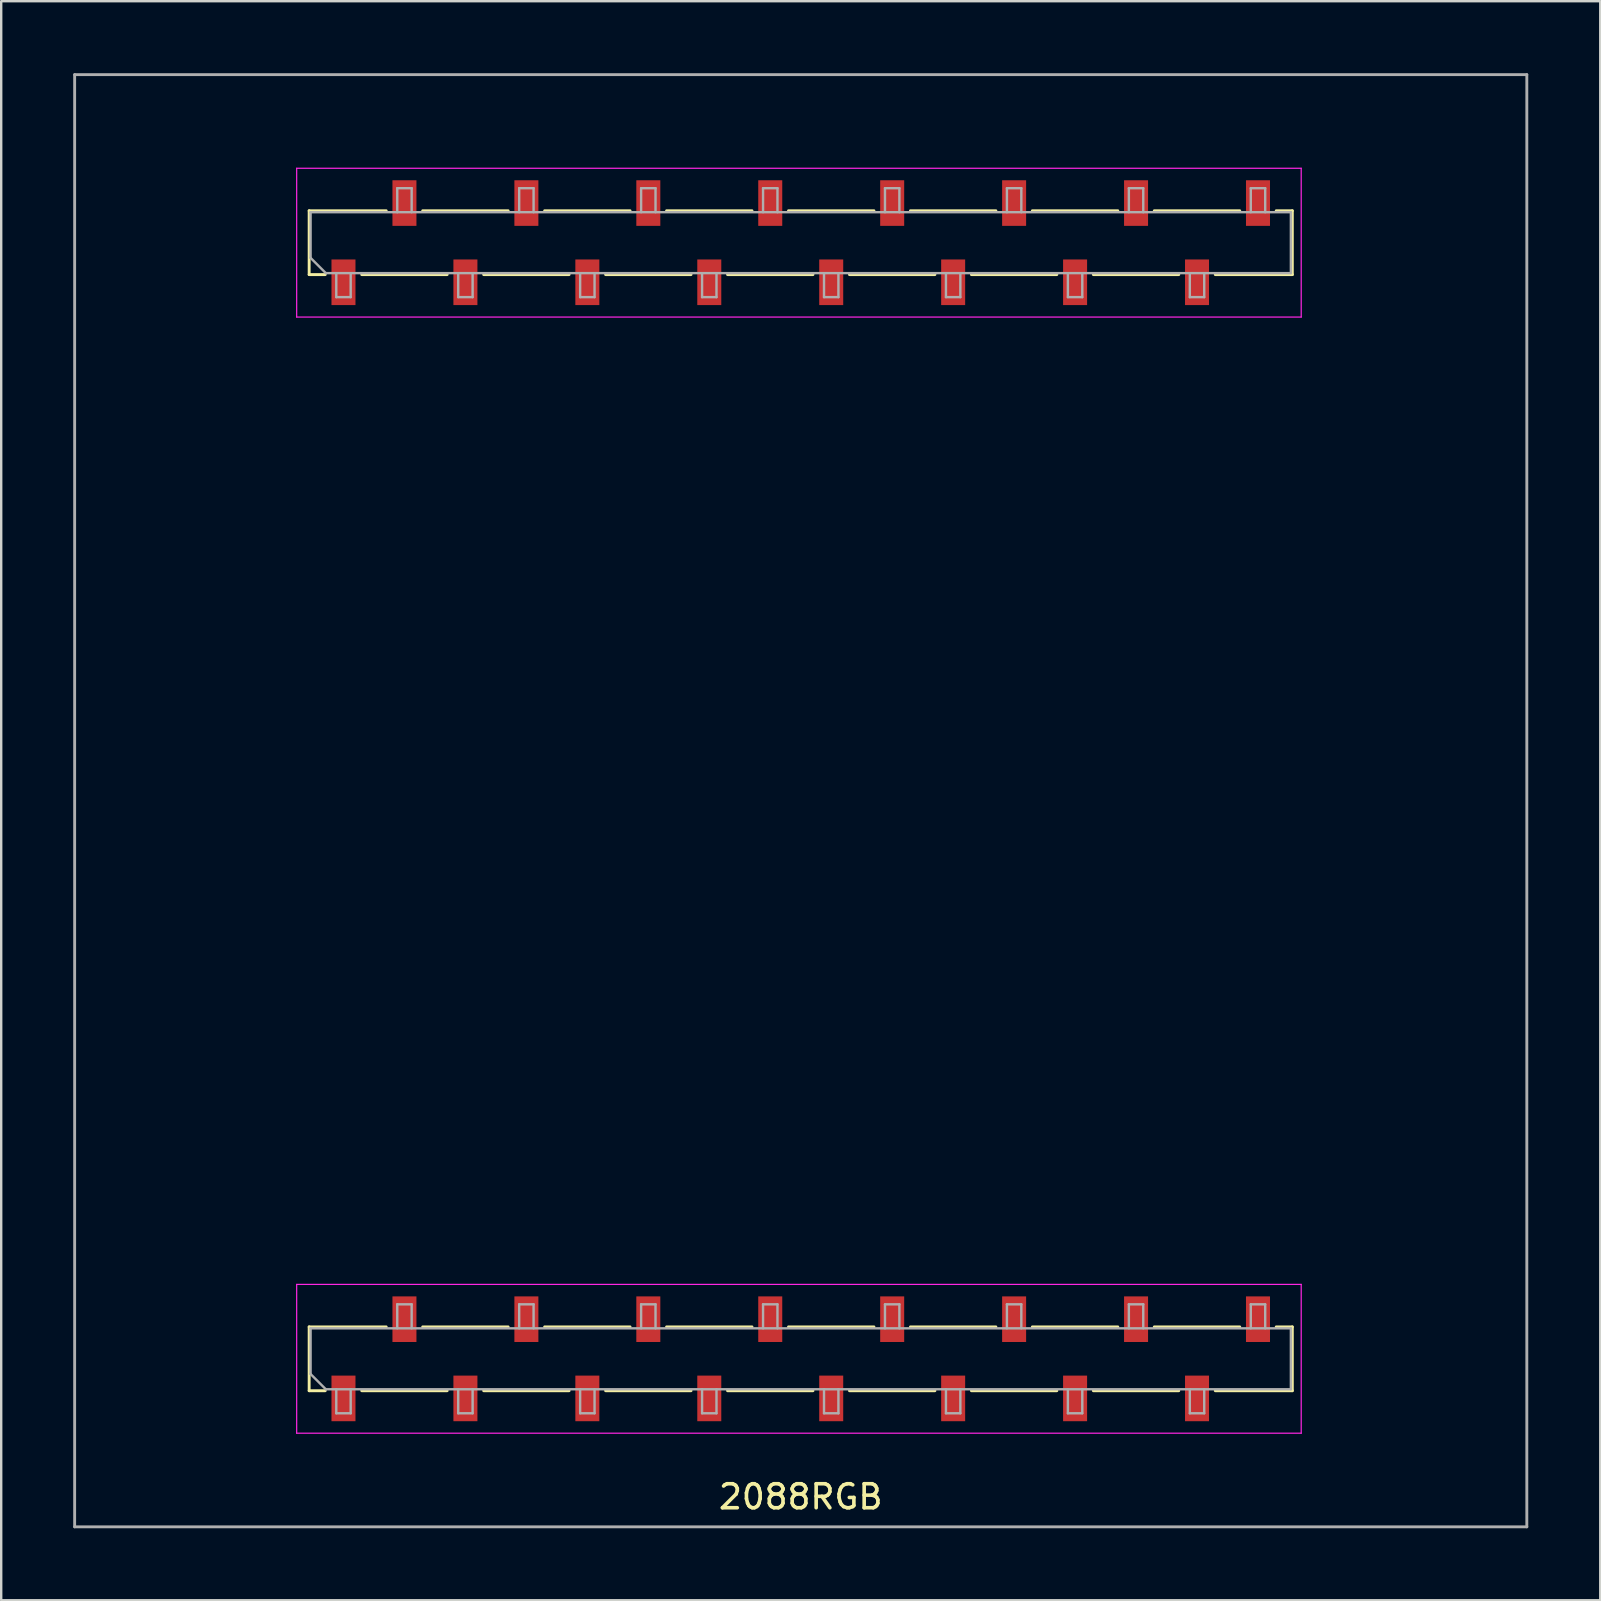
<source format=kicad_pcb>
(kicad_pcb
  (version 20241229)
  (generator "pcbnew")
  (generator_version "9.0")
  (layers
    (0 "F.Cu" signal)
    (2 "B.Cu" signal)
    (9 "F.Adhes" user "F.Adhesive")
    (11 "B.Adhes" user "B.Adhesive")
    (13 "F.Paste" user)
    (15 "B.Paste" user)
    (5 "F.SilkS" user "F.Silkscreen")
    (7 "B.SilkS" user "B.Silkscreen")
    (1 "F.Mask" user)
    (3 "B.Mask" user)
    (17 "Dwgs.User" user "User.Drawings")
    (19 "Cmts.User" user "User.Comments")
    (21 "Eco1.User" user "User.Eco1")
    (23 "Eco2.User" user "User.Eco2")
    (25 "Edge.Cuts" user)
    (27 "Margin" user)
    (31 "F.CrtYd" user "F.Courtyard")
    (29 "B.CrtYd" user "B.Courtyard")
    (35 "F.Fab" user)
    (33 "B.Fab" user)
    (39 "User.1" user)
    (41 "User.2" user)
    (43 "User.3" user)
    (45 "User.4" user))
  (footprint "2088RGB"
    (layer "F.Cu")
    (at 30.31 30.31)
    (property "Reference" "2088RGB" (at 0 29 0) (layer "F.SilkS") (effects (font (size 1 1) (thickness 0.15))))
    (attr through_hole)
    (fp_line (start -20.48 -24.58) (end -17.27 -24.58) (stroke (width 0.12) (type solid)) (layer "F.SilkS"))
    (fp_line (start -20.48 -21.92) (end -20.48 -24.58) (stroke (width 0.12) (type solid)) (layer "F.SilkS"))
    (fp_line (start -20.48 -21.92) (end -19.81 -21.92) (stroke (width 0.12) (type solid)) (layer "F.SilkS"))
    (fp_line (start -20.48 21.92) (end -17.27 21.92) (stroke (width 0.12) (type solid)) (layer "F.SilkS"))
    (fp_line (start -20.48 24.58) (end -20.48 21.92) (stroke (width 0.12) (type solid)) (layer "F.SilkS"))
    (fp_line (start -20.48 24.58) (end -19.81 24.58) (stroke (width 0.12) (type solid)) (layer "F.SilkS"))
    (fp_line (start -18.29 -21.92) (end -14.73 -21.92) (stroke (width 0.12) (type solid)) (layer "F.SilkS"))
    (fp_line (start -18.29 24.58) (end -14.73 24.58) (stroke (width 0.12) (type solid)) (layer "F.SilkS"))
    (fp_line (start -15.75 -24.58) (end -12.19 -24.58) (stroke (width 0.12) (type solid)) (layer "F.SilkS"))
    (fp_line (start -15.75 21.92) (end -12.19 21.92) (stroke (width 0.12) (type solid)) (layer "F.SilkS"))
    (fp_line (start -13.21 -21.92) (end -9.65 -21.92) (stroke (width 0.12) (type solid)) (layer "F.SilkS"))
    (fp_line (start -13.21 24.58) (end -9.65 24.58) (stroke (width 0.12) (type solid)) (layer "F.SilkS"))
    (fp_line (start -10.67 -24.58) (end -7.11 -24.58) (stroke (width 0.12) (type solid)) (layer "F.SilkS"))
    (fp_line (start -10.67 21.92) (end -7.11 21.92) (stroke (width 0.12) (type solid)) (layer "F.SilkS"))
    (fp_line (start -8.13 -21.92) (end -4.57 -21.92) (stroke (width 0.12) (type solid)) (layer "F.SilkS"))
    (fp_line (start -8.13 24.58) (end -4.57 24.58) (stroke (width 0.12) (type solid)) (layer "F.SilkS"))
    (fp_line (start -5.59 -24.58) (end -2.03 -24.58) (stroke (width 0.12) (type solid)) (layer "F.SilkS"))
    (fp_line (start -5.59 21.92) (end -2.03 21.92) (stroke (width 0.12) (type solid)) (layer "F.SilkS"))
    (fp_line (start -3.05 -21.92) (end 0.51 -21.92) (stroke (width 0.12) (type solid)) (layer "F.SilkS"))
    (fp_line (start -3.05 24.58) (end 0.51 24.58) (stroke (width 0.12) (type solid)) (layer "F.SilkS"))
    (fp_line (start -0.51 -24.58) (end 3.05 -24.58) (stroke (width 0.12) (type solid)) (layer "F.SilkS"))
    (fp_line (start -0.51 21.92) (end 3.05 21.92) (stroke (width 0.12) (type solid)) (layer "F.SilkS"))
    (fp_line (start 2.03 -21.92) (end 5.59 -21.92) (stroke (width 0.12) (type solid)) (layer "F.SilkS"))
    (fp_line (start 2.03 24.58) (end 5.59 24.58) (stroke (width 0.12) (type solid)) (layer "F.SilkS"))
    (fp_line (start 4.57 -24.58) (end 8.13 -24.58) (stroke (width 0.12) (type solid)) (layer "F.SilkS"))
    (fp_line (start 4.57 21.92) (end 8.13 21.92) (stroke (width 0.12) (type solid)) (layer "F.SilkS"))
    (fp_line (start 7.11 -21.92) (end 10.67 -21.92) (stroke (width 0.12) (type solid)) (layer "F.SilkS"))
    (fp_line (start 7.11 24.58) (end 10.67 24.58) (stroke (width 0.12) (type solid)) (layer "F.SilkS"))
    (fp_line (start 9.65 -24.58) (end 13.21 -24.58) (stroke (width 0.12) (type solid)) (layer "F.SilkS"))
    (fp_line (start 9.65 21.92) (end 13.21 21.92) (stroke (width 0.12) (type solid)) (layer "F.SilkS"))
    (fp_line (start 12.19 -21.92) (end 15.75 -21.92) (stroke (width 0.12) (type solid)) (layer "F.SilkS"))
    (fp_line (start 12.19 24.58) (end 15.75 24.58) (stroke (width 0.12) (type solid)) (layer "F.SilkS"))
    (fp_line (start 14.73 -24.58) (end 18.29 -24.58) (stroke (width 0.12) (type solid)) (layer "F.SilkS"))
    (fp_line (start 14.73 21.92) (end 18.29 21.92) (stroke (width 0.12) (type solid)) (layer "F.SilkS"))
    (fp_line (start 17.27 -21.92) (end 20.48 -21.92) (stroke (width 0.12) (type solid)) (layer "F.SilkS"))
    (fp_line (start 17.27 24.58) (end 20.48 24.58) (stroke (width 0.12) (type solid)) (layer "F.SilkS"))
    (fp_line (start 19.81 -24.58) (end 20.48 -24.58) (stroke (width 0.12) (type solid)) (layer "F.SilkS"))
    (fp_line (start 19.81 21.92) (end 20.48 21.92) (stroke (width 0.12) (type solid)) (layer "F.SilkS"))
    (fp_line (start 20.48 -21.92) (end 20.48 -24.58) (stroke (width 0.12) (type solid)) (layer "F.SilkS"))
    (fp_line (start 20.48 24.58) (end 20.48 21.92) (stroke (width 0.12) (type solid)) (layer "F.SilkS"))
    (fp_line (start 0 23.2) (end 0 -23.2) (stroke (width 0.12) (type solid)) (layer "Eco1.User"))
    (fp_line (start -21 -26.35) (end 20.85 -26.35) (stroke (width 0.05) (type solid)) (layer "F.CrtYd"))
    (fp_line (start -21 -20.15) (end -21 -26.35) (stroke (width 0.05) (type solid)) (layer "F.CrtYd"))
    (fp_line (start -21 20.15) (end 20.85 20.15) (stroke (width 0.05) (type solid)) (layer "F.CrtYd"))
    (fp_line (start -21 26.35) (end -21 20.15) (stroke (width 0.05) (type solid)) (layer "F.CrtYd"))
    (fp_line (start 20.85 -26.35) (end 20.85 -20.15) (stroke (width 0.05) (type solid)) (layer "F.CrtYd"))
    (fp_line (start 20.85 -20.15) (end -21 -20.15) (stroke (width 0.05) (type solid)) (layer "F.CrtYd"))
    (fp_line (start 20.85 20.15) (end 20.85 26.35) (stroke (width 0.05) (type solid)) (layer "F.CrtYd"))
    (fp_line (start 20.85 26.35) (end -21 26.35) (stroke (width 0.05) (type solid)) (layer "F.CrtYd"))
    (fp_line (start -30.25 -30.25) (end 30.25 -30.25) (stroke (width 0.12) (type solid)) (layer "F.Fab"))
    (fp_line (start -30.25 30.25) (end -30.25 -30.25) (stroke (width 0.12) (type solid)) (layer "F.Fab"))
    (fp_line (start -30.25 30.25) (end 30.25 30.25) (stroke (width 0.12) (type solid)) (layer "F.Fab"))
    (fp_line (start -20.42 -24.52) (end 20.42 -24.52) (stroke (width 0.1) (type solid)) (layer "F.Fab"))
    (fp_line (start -20.42 -22.615) (end -20.42 -24.52) (stroke (width 0.1) (type solid)) (layer "F.Fab"))
    (fp_line (start -20.42 21.98) (end 20.42 21.98) (stroke (width 0.1) (type solid)) (layer "F.Fab"))
    (fp_line (start -20.42 23.885) (end -20.42 21.98) (stroke (width 0.1) (type solid)) (layer "F.Fab"))
    (fp_line (start -19.785 -21.98) (end -20.42 -22.615) (stroke (width 0.1) (type solid)) (layer "F.Fab"))
    (fp_line (start -19.785 24.52) (end -20.42 23.885) (stroke (width 0.1) (type solid)) (layer "F.Fab"))
    (fp_line (start -19.35 -20.98) (end -19.35 -21.98) (stroke (width 0.1) (type solid)) (layer "F.Fab"))
    (fp_line (start -19.35 25.52) (end -19.35 24.52) (stroke (width 0.1) (type solid)) (layer "F.Fab"))
    (fp_line (start -18.75 -21.98) (end -18.75 -20.98) (stroke (width 0.1) (type solid)) (layer "F.Fab"))
    (fp_line (start -18.75 -20.98) (end -19.35 -20.98) (stroke (width 0.1) (type solid)) (layer "F.Fab"))
    (fp_line (start -18.75 24.52) (end -18.75 25.52) (stroke (width 0.1) (type solid)) (layer "F.Fab"))
    (fp_line (start -18.75 25.52) (end -19.35 25.52) (stroke (width 0.1) (type solid)) (layer "F.Fab"))
    (fp_line (start -16.81 -25.52) (end -16.21 -25.52) (stroke (width 0.1) (type solid)) (layer "F.Fab"))
    (fp_line (start -16.81 -24.52) (end -16.81 -25.52) (stroke (width 0.1) (type solid)) (layer "F.Fab"))
    (fp_line (start -16.81 20.98) (end -16.21 20.98) (stroke (width 0.1) (type solid)) (layer "F.Fab"))
    (fp_line (start -16.81 21.98) (end -16.81 20.98) (stroke (width 0.1) (type solid)) (layer "F.Fab"))
    (fp_line (start -16.21 -25.52) (end -16.21 -24.52) (stroke (width 0.1) (type solid)) (layer "F.Fab"))
    (fp_line (start -16.21 20.98) (end -16.21 21.98) (stroke (width 0.1) (type solid)) (layer "F.Fab"))
    (fp_line (start -14.27 -20.98) (end -14.27 -21.98) (stroke (width 0.1) (type solid)) (layer "F.Fab"))
    (fp_line (start -14.27 25.52) (end -14.27 24.52) (stroke (width 0.1) (type solid)) (layer "F.Fab"))
    (fp_line (start -13.67 -21.98) (end -13.67 -20.98) (stroke (width 0.1) (type solid)) (layer "F.Fab"))
    (fp_line (start -13.67 -20.98) (end -14.27 -20.98) (stroke (width 0.1) (type solid)) (layer "F.Fab"))
    (fp_line (start -13.67 24.52) (end -13.67 25.52) (stroke (width 0.1) (type solid)) (layer "F.Fab"))
    (fp_line (start -13.67 25.52) (end -14.27 25.52) (stroke (width 0.1) (type solid)) (layer "F.Fab"))
    (fp_line (start -11.73 -25.52) (end -11.13 -25.52) (stroke (width 0.1) (type solid)) (layer "F.Fab"))
    (fp_line (start -11.73 -24.52) (end -11.73 -25.52) (stroke (width 0.1) (type solid)) (layer "F.Fab"))
    (fp_line (start -11.73 20.98) (end -11.13 20.98) (stroke (width 0.1) (type solid)) (layer "F.Fab"))
    (fp_line (start -11.73 21.98) (end -11.73 20.98) (stroke (width 0.1) (type solid)) (layer "F.Fab"))
    (fp_line (start -11.13 -25.52) (end -11.13 -24.52) (stroke (width 0.1) (type solid)) (layer "F.Fab"))
    (fp_line (start -11.13 20.98) (end -11.13 21.98) (stroke (width 0.1) (type solid)) (layer "F.Fab"))
    (fp_line (start -9.19 -20.98) (end -9.19 -21.98) (stroke (width 0.1) (type solid)) (layer "F.Fab"))
    (fp_line (start -9.19 25.52) (end -9.19 24.52) (stroke (width 0.1) (type solid)) (layer "F.Fab"))
    (fp_line (start -8.59 -21.98) (end -8.59 -20.98) (stroke (width 0.1) (type solid)) (layer "F.Fab"))
    (fp_line (start -8.59 -20.98) (end -9.19 -20.98) (stroke (width 0.1) (type solid)) (layer "F.Fab"))
    (fp_line (start -8.59 24.52) (end -8.59 25.52) (stroke (width 0.1) (type solid)) (layer "F.Fab"))
    (fp_line (start -8.59 25.52) (end -9.19 25.52) (stroke (width 0.1) (type solid)) (layer "F.Fab"))
    (fp_line (start -6.65 -25.52) (end -6.05 -25.52) (stroke (width 0.1) (type solid)) (layer "F.Fab"))
    (fp_line (start -6.65 -24.52) (end -6.65 -25.52) (stroke (width 0.1) (type solid)) (layer "F.Fab"))
    (fp_line (start -6.65 20.98) (end -6.05 20.98) (stroke (width 0.1) (type solid)) (layer "F.Fab"))
    (fp_line (start -6.65 21.98) (end -6.65 20.98) (stroke (width 0.1) (type solid)) (layer "F.Fab"))
    (fp_line (start -6.05 -25.52) (end -6.05 -24.52) (stroke (width 0.1) (type solid)) (layer "F.Fab"))
    (fp_line (start -6.05 20.98) (end -6.05 21.98) (stroke (width 0.1) (type solid)) (layer "F.Fab"))
    (fp_line (start -4.11 -20.98) (end -4.11 -21.98) (stroke (width 0.1) (type solid)) (layer "F.Fab"))
    (fp_line (start -4.11 25.52) (end -4.11 24.52) (stroke (width 0.1) (type solid)) (layer "F.Fab"))
    (fp_line (start -3.51 -21.98) (end -3.51 -20.98) (stroke (width 0.1) (type solid)) (layer "F.Fab"))
    (fp_line (start -3.51 -20.98) (end -4.11 -20.98) (stroke (width 0.1) (type solid)) (layer "F.Fab"))
    (fp_line (start -3.51 24.52) (end -3.51 25.52) (stroke (width 0.1) (type solid)) (layer "F.Fab"))
    (fp_line (start -3.51 25.52) (end -4.11 25.52) (stroke (width 0.1) (type solid)) (layer "F.Fab"))
    (fp_line (start -1.57 -25.52) (end -0.97 -25.52) (stroke (width 0.1) (type solid)) (layer "F.Fab"))
    (fp_line (start -1.57 -24.52) (end -1.57 -25.52) (stroke (width 0.1) (type solid)) (layer "F.Fab"))
    (fp_line (start -1.57 20.98) (end -0.97 20.98) (stroke (width 0.1) (type solid)) (layer "F.Fab"))
    (fp_line (start -1.57 21.98) (end -1.57 20.98) (stroke (width 0.1) (type solid)) (layer "F.Fab"))
    (fp_line (start -0.97 -25.52) (end -0.97 -24.52) (stroke (width 0.1) (type solid)) (layer "F.Fab"))
    (fp_line (start -0.97 20.98) (end -0.97 21.98) (stroke (width 0.1) (type solid)) (layer "F.Fab"))
    (fp_line (start 0.97 -20.98) (end 0.97 -21.98) (stroke (width 0.1) (type solid)) (layer "F.Fab"))
    (fp_line (start 0.97 25.52) (end 0.97 24.52) (stroke (width 0.1) (type solid)) (layer "F.Fab"))
    (fp_line (start 1.57 -21.98) (end 1.57 -20.98) (stroke (width 0.1) (type solid)) (layer "F.Fab"))
    (fp_line (start 1.57 -20.98) (end 0.97 -20.98) (stroke (width 0.1) (type solid)) (layer "F.Fab"))
    (fp_line (start 1.57 24.52) (end 1.57 25.52) (stroke (width 0.1) (type solid)) (layer "F.Fab"))
    (fp_line (start 1.57 25.52) (end 0.97 25.52) (stroke (width 0.1) (type solid)) (layer "F.Fab"))
    (fp_line (start 3.51 -25.52) (end 4.11 -25.52) (stroke (width 0.1) (type solid)) (layer "F.Fab"))
    (fp_line (start 3.51 -24.52) (end 3.51 -25.52) (stroke (width 0.1) (type solid)) (layer "F.Fab"))
    (fp_line (start 3.51 20.98) (end 4.11 20.98) (stroke (width 0.1) (type solid)) (layer "F.Fab"))
    (fp_line (start 3.51 21.98) (end 3.51 20.98) (stroke (width 0.1) (type solid)) (layer "F.Fab"))
    (fp_line (start 4.11 -25.52) (end 4.11 -24.52) (stroke (width 0.1) (type solid)) (layer "F.Fab"))
    (fp_line (start 4.11 20.98) (end 4.11 21.98) (stroke (width 0.1) (type solid)) (layer "F.Fab"))
    (fp_line (start 6.05 -20.98) (end 6.05 -21.98) (stroke (width 0.1) (type solid)) (layer "F.Fab"))
    (fp_line (start 6.05 25.52) (end 6.05 24.52) (stroke (width 0.1) (type solid)) (layer "F.Fab"))
    (fp_line (start 6.65 -21.98) (end 6.65 -20.98) (stroke (width 0.1) (type solid)) (layer "F.Fab"))
    (fp_line (start 6.65 -20.98) (end 6.05 -20.98) (stroke (width 0.1) (type solid)) (layer "F.Fab"))
    (fp_line (start 6.65 24.52) (end 6.65 25.52) (stroke (width 0.1) (type solid)) (layer "F.Fab"))
    (fp_line (start 6.65 25.52) (end 6.05 25.52) (stroke (width 0.1) (type solid)) (layer "F.Fab"))
    (fp_line (start 8.59 -25.52) (end 9.19 -25.52) (stroke (width 0.1) (type solid)) (layer "F.Fab"))
    (fp_line (start 8.59 -24.52) (end 8.59 -25.52) (stroke (width 0.1) (type solid)) (layer "F.Fab"))
    (fp_line (start 8.59 20.98) (end 9.19 20.98) (stroke (width 0.1) (type solid)) (layer "F.Fab"))
    (fp_line (start 8.59 21.98) (end 8.59 20.98) (stroke (width 0.1) (type solid)) (layer "F.Fab"))
    (fp_line (start 9.19 -25.52) (end 9.19 -24.52) (stroke (width 0.1) (type solid)) (layer "F.Fab"))
    (fp_line (start 9.19 20.98) (end 9.19 21.98) (stroke (width 0.1) (type solid)) (layer "F.Fab"))
    (fp_line (start 11.13 -20.98) (end 11.13 -21.98) (stroke (width 0.1) (type solid)) (layer "F.Fab"))
    (fp_line (start 11.13 25.52) (end 11.13 24.52) (stroke (width 0.1) (type solid)) (layer "F.Fab"))
    (fp_line (start 11.73 -21.98) (end 11.73 -20.98) (stroke (width 0.1) (type solid)) (layer "F.Fab"))
    (fp_line (start 11.73 -20.98) (end 11.13 -20.98) (stroke (width 0.1) (type solid)) (layer "F.Fab"))
    (fp_line (start 11.73 24.52) (end 11.73 25.52) (stroke (width 0.1) (type solid)) (layer "F.Fab"))
    (fp_line (start 11.73 25.52) (end 11.13 25.52) (stroke (width 0.1) (type solid)) (layer "F.Fab"))
    (fp_line (start 13.67 -25.52) (end 14.27 -25.52) (stroke (width 0.1) (type solid)) (layer "F.Fab"))
    (fp_line (start 13.67 -24.52) (end 13.67 -25.52) (stroke (width 0.1) (type solid)) (layer "F.Fab"))
    (fp_line (start 13.67 20.98) (end 14.27 20.98) (stroke (width 0.1) (type solid)) (layer "F.Fab"))
    (fp_line (start 13.67 21.98) (end 13.67 20.98) (stroke (width 0.1) (type solid)) (layer "F.Fab"))
    (fp_line (start 14.27 -25.52) (end 14.27 -24.52) (stroke (width 0.1) (type solid)) (layer "F.Fab"))
    (fp_line (start 14.27 20.98) (end 14.27 21.98) (stroke (width 0.1) (type solid)) (layer "F.Fab"))
    (fp_line (start 16.21 -20.98) (end 16.21 -21.98) (stroke (width 0.1) (type solid)) (layer "F.Fab"))
    (fp_line (start 16.21 25.52) (end 16.21 24.52) (stroke (width 0.1) (type solid)) (layer "F.Fab"))
    (fp_line (start 16.81 -21.98) (end 16.81 -20.98) (stroke (width 0.1) (type solid)) (layer "F.Fab"))
    (fp_line (start 16.81 -20.98) (end 16.21 -20.98) (stroke (width 0.1) (type solid)) (layer "F.Fab"))
    (fp_line (start 16.81 24.52) (end 16.81 25.52) (stroke (width 0.1) (type solid)) (layer "F.Fab"))
    (fp_line (start 16.81 25.52) (end 16.21 25.52) (stroke (width 0.1) (type solid)) (layer "F.Fab"))
    (fp_line (start 18.75 -25.52) (end 19.35 -25.52) (stroke (width 0.1) (type solid)) (layer "F.Fab"))
    (fp_line (start 18.75 -24.52) (end 18.75 -25.52) (stroke (width 0.1) (type solid)) (layer "F.Fab"))
    (fp_line (start 18.75 20.98) (end 19.35 20.98) (stroke (width 0.1) (type solid)) (layer "F.Fab"))
    (fp_line (start 18.75 21.98) (end 18.75 20.98) (stroke (width 0.1) (type solid)) (layer "F.Fab"))
    (fp_line (start 19.35 -25.52) (end 19.35 -24.52) (stroke (width 0.1) (type solid)) (layer "F.Fab"))
    (fp_line (start 19.35 20.98) (end 19.35 21.98) (stroke (width 0.1) (type solid)) (layer "F.Fab"))
    (fp_line (start 20.42 -24.52) (end 20.42 -21.98) (stroke (width 0.1) (type solid)) (layer "F.Fab"))
    (fp_line (start 20.42 -21.98) (end -19.785 -21.98) (stroke (width 0.1) (type solid)) (layer "F.Fab"))
    (fp_line (start 20.42 21.98) (end 20.42 24.52) (stroke (width 0.1) (type solid)) (layer "F.Fab"))
    (fp_line (start 20.42 24.52) (end -19.785 24.52) (stroke (width 0.1) (type solid)) (layer "F.Fab"))
    (fp_line (start 30.25 -30.25) (end 30.25 30.25) (stroke (width 0.12) (type solid)) (layer "F.Fab"))
    (pad "1" smd rect (at -19.05 24.9 90) (size 1.9 1) (layers "F.Cu" "F.Mask" "F.Paste"))
    (pad "2" smd rect (at -16.51 21.6 90) (size 1.9 1) (layers "F.Cu" "F.Mask" "F.Paste"))
    (pad "3" smd rect (at -13.97 24.9 90) (size 1.9 1) (layers "F.Cu" "F.Mask" "F.Paste"))
    (pad "4" smd rect (at -11.43 21.6 90) (size 1.9 1) (layers "F.Cu" "F.Mask" "F.Paste"))
    (pad "5" smd rect (at -8.89 24.9 90) (size 1.9 1) (layers "F.Cu" "F.Mask" "F.Paste"))
    (pad "6" smd rect (at -6.35 21.6 90) (size 1.9 1) (layers "F.Cu" "F.Mask" "F.Paste"))
    (pad "7" smd rect (at -3.81 24.9 90) (size 1.9 1) (layers "F.Cu" "F.Mask" "F.Paste"))
    (pad "8" smd rect (at -1.27 21.6 90) (size 1.9 1) (layers "F.Cu" "F.Mask" "F.Paste"))
    (pad "9" smd rect (at 1.27 24.9 90) (size 1.9 1) (layers "F.Cu" "F.Mask" "F.Paste"))
    (pad "10" smd rect (at 3.81 21.6 90) (size 1.9 1) (layers "F.Cu" "F.Mask" "F.Paste"))
    (pad "11" smd rect (at 6.35 24.9 90) (size 1.9 1) (layers "F.Cu" "F.Mask" "F.Paste"))
    (pad "12" smd rect (at 8.89 21.6 90) (size 1.9 1) (layers "F.Cu" "F.Mask" "F.Paste"))
    (pad "13" smd rect (at 11.43 24.9 90) (size 1.9 1) (layers "F.Cu" "F.Mask" "F.Paste"))
    (pad "14" smd rect (at 13.97 21.6 90) (size 1.9 1) (layers "F.Cu" "F.Mask" "F.Paste"))
    (pad "15" smd rect (at 16.51 24.9 90) (size 1.9 1) (layers "F.Cu" "F.Mask" "F.Paste"))
    (pad "16" smd rect (at 19.05 21.6 90) (size 1.9 1) (layers "F.Cu" "F.Mask" "F.Paste"))
    (pad "17" smd rect (at 19.05 -24.9 90) (size 1.9 1) (layers "F.Cu" "F.Mask" "F.Paste"))
    (pad "18" smd rect (at 16.51 -21.6 90) (size 1.9 1) (layers "F.Cu" "F.Mask" "F.Paste"))
    (pad "19" smd rect (at 13.97 -24.9 90) (size 1.9 1) (layers "F.Cu" "F.Mask" "F.Paste"))
    (pad "20" smd rect (at 11.43 -21.6 90) (size 1.9 1) (layers "F.Cu" "F.Mask" "F.Paste"))
    (pad "21" smd rect (at 8.89 -24.9 90) (size 1.9 1) (layers "F.Cu" "F.Mask" "F.Paste"))
    (pad "22" smd rect (at 6.35 -21.6 90) (size 1.9 1) (layers "F.Cu" "F.Mask" "F.Paste"))
    (pad "23" smd rect (at 3.81 -24.9 90) (size 1.9 1) (layers "F.Cu" "F.Mask" "F.Paste"))
    (pad "24" smd rect (at 1.27 -21.6 90) (size 1.9 1) (layers "F.Cu" "F.Mask" "F.Paste"))
    (pad "25" smd rect (at -1.27 -24.9 90) (size 1.9 1) (layers "F.Cu" "F.Mask" "F.Paste"))
    (pad "26" smd rect (at -3.81 -21.6 90) (size 1.9 1) (layers "F.Cu" "F.Mask" "F.Paste"))
    (pad "27" smd rect (at -6.35 -24.9 90) (size 1.9 1) (layers "F.Cu" "F.Mask" "F.Paste"))
    (pad "28" smd rect (at -8.89 -21.6 90) (size 1.9 1) (layers "F.Cu" "F.Mask" "F.Paste"))
    (pad "29" smd rect (at -11.43 -24.9 90) (size 1.9 1) (layers "F.Cu" "F.Mask" "F.Paste"))
    (pad "30" smd rect (at -13.97 -21.6 90) (size 1.9 1) (layers "F.Cu" "F.Mask" "F.Paste"))
    (pad "31" smd rect (at -16.51 -24.9 90) (size 1.9 1) (layers "F.Cu" "F.Mask" "F.Paste"))
    (pad "32" smd rect (at -19.05 -21.6 90) (size 1.9 1) (layers "F.Cu" "F.Mask" "F.Paste")))
  (gr_rect
    (start -3 -3)
    (end 63.62 63.62)
    (stroke (width 0.1) (type default))
    (fill no)
    (layer "Edge.Cuts")))
</source>
